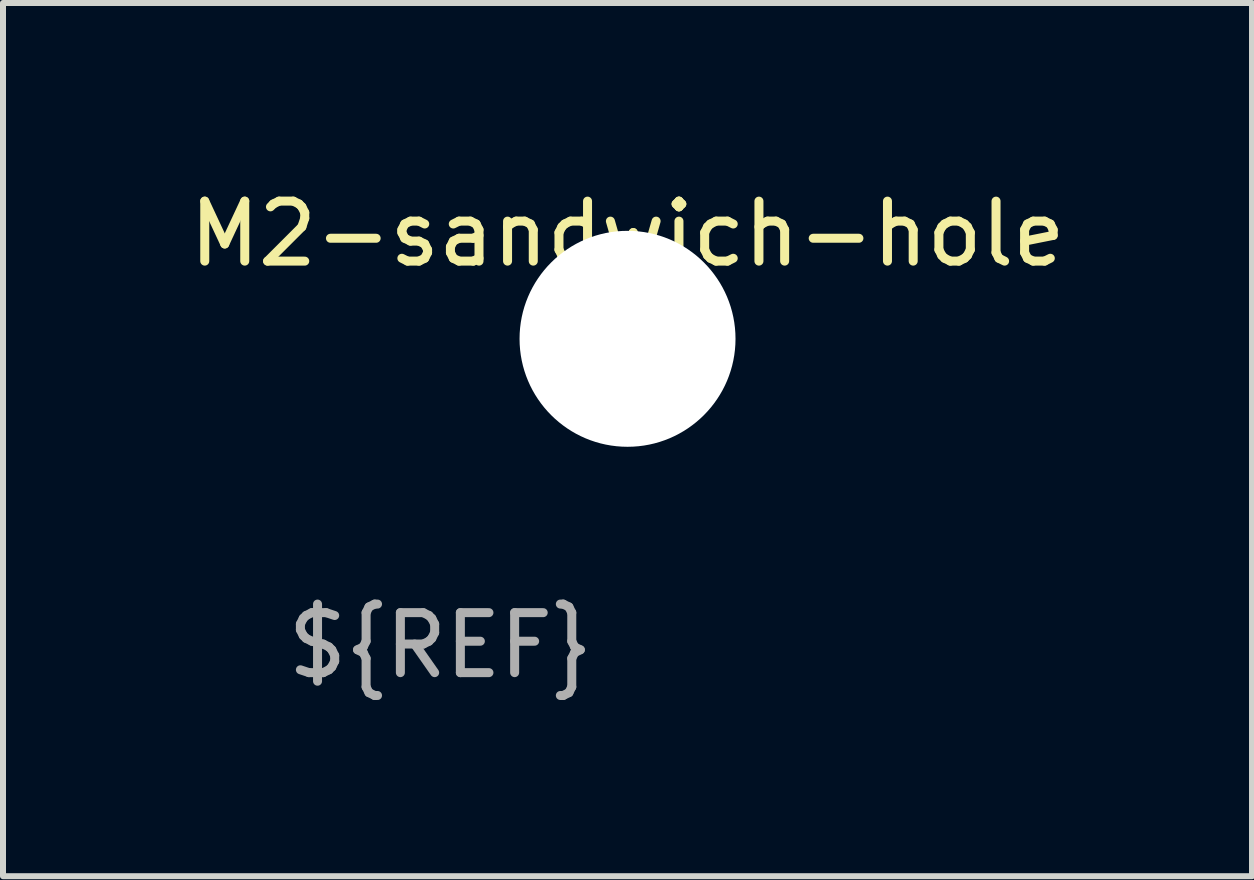
<source format=kicad_pcb>
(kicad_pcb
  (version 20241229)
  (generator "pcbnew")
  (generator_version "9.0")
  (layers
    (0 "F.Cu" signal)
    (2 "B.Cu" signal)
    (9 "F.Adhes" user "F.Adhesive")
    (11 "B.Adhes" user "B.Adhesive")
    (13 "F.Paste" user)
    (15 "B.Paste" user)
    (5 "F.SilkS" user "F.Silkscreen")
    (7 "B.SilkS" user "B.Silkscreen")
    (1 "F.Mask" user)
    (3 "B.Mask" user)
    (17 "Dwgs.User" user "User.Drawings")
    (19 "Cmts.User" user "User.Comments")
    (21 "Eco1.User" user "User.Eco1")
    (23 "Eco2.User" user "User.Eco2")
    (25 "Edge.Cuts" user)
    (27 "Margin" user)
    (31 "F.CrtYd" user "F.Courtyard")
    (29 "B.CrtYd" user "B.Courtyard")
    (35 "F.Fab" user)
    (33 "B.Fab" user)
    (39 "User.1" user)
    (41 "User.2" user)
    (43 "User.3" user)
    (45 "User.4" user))
  (footprint "M2-sandwich-hole"
    (layer "F.Cu")
    (at 7.411 2.598)
    (property "Reference" "M2-sandwich-hole" (at 0 -1.75 0) (unlocked yes) (layer "F.SilkS") (effects (font (size 1 1) (thickness 0.15))))
    (attr through_hole)
    (fp_circle (center 0 0) (end 1.8 0) (stroke (width 0.1) (type default)) (fill no) (layer "Eco2.User"))
    (fp_text user "${REF}" (at -3.12 5.11 0) (unlocked yes) (layer "F.Fab") (effects (font (size 1 1) (thickness 0.15))))
    (pad "" np_thru_hole circle (at 0 0) (size 3.6 3.6) (drill 3.6) (layers "*.Cu" "*.Mask")))
  (gr_rect
    (start -3 -3)
    (end 17.821 11.556)
    (stroke (width 0.1) (type default))
    (fill no)
    (layer "Edge.Cuts")))
</source>
